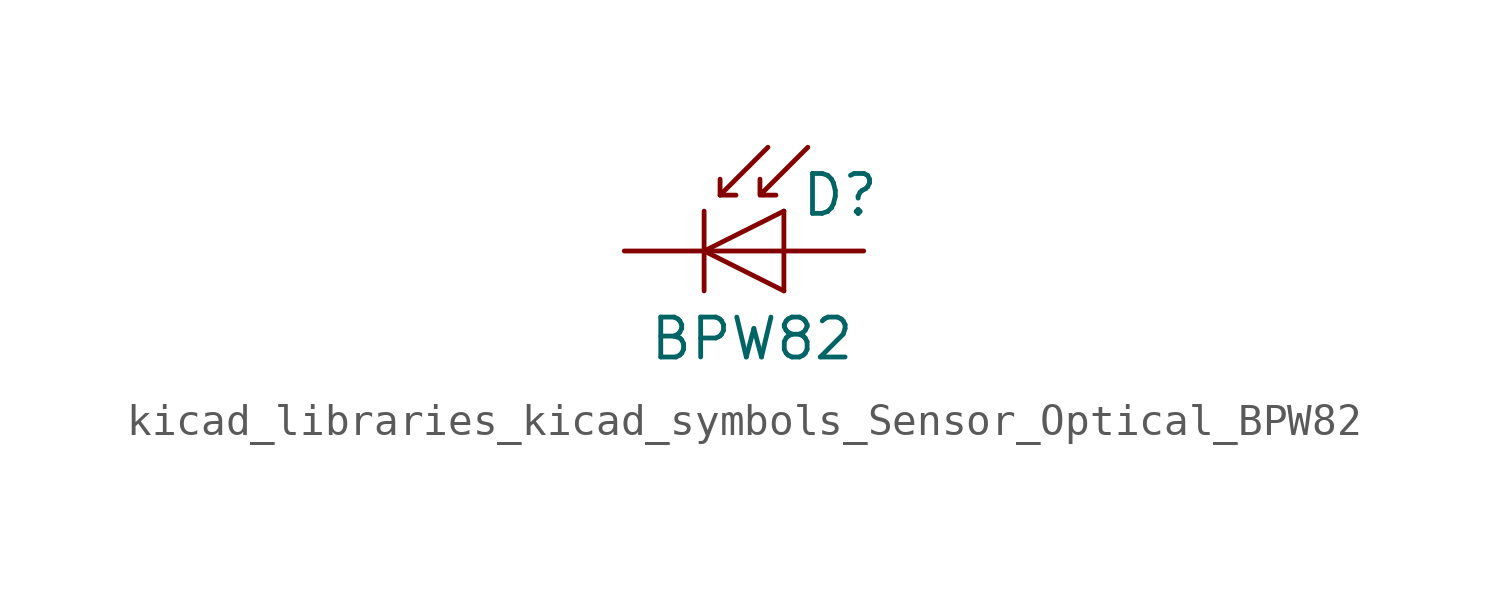
<source format=kicad_sym>
(kicad_symbol_lib
  (version 20220914)
  (generator kicad_symbol_editor)
  (symbol "kicad_libraries_kicad_symbols_Sensor_Optical_BPW82"
    (pin_numbers hide)
    (pin_names hide)
    (property "Reference" "D"
      (at 0.508 1.778 0)
      (effects (font (size 1.27 1.27)) (justify left)))
    (property "Value" "BPW82"
      (at -1.016 -2.794 0)
      (effects (font (size 1.27 1.27))))
    (symbol "kicad_libraries_kicad_symbols_Sensor_Optical_BPW82_0_1"
      (polyline (pts (xy -2.54 1.27) (xy -2.54 -1.27)) (stroke (width 0.152) (type default)) (fill (type none)))
      (polyline (pts (xy -2.032 1.778) (xy -1.524 1.778)) (stroke (width 0) (type default)) (fill (type none)))
      (polyline (pts (xy 0 0) (xy -2.54 0)) (stroke (width 0) (type default)) (fill (type none)))
      (polyline (pts (xy 0 1.27) (xy 0 -1.27)) (stroke (width 0) (type default)) (fill (type none)))
      (polyline (pts (xy -0.508 3.302) (xy -2.032 1.778) (xy -2.032 2.286)) (stroke (width 0) (type default)) (fill (type none)))
      (polyline (pts (xy 0 1.27) (xy -2.54 0) (xy 0 -1.27)) (stroke (width 0) (type default)) (fill (type none)))
      (polyline (pts (xy 0.762 3.302) (xy -0.762 1.778) (xy -0.762 2.286) (xy -0.762 1.778) (xy -0.254 1.778)) (stroke (width 0) (type default)) (fill (type none))))
    (symbol "kicad_libraries_kicad_symbols_Sensor_Optical_BPW82_1_1"
      (pin passive line (at -5.08 0 0) (length 2.54) (name "K" (effects (font (size 1.27 1.27)))) (number "1" (effects (font (size 1.27 1.27)))))
      (pin passive line (at 2.54 0 180) (length 2.54) (name "A" (effects (font (size 1.27 1.27)))) (number "2" (effects (font (size 1.27 1.27))))))))
</source>
